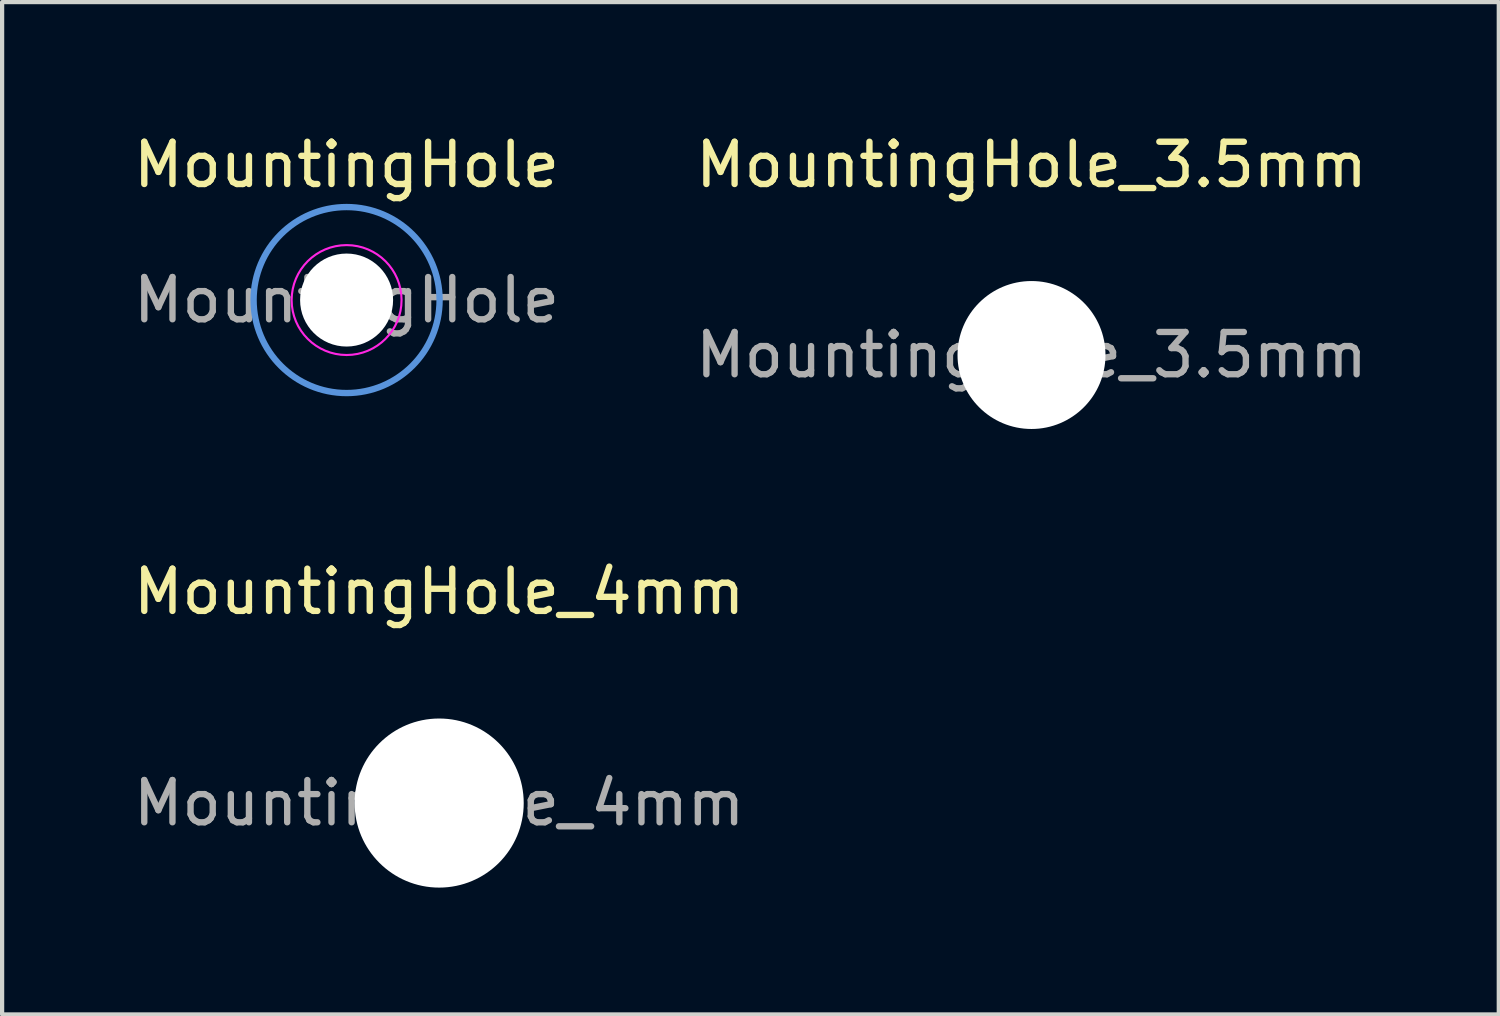
<source format=kicad_pcb>
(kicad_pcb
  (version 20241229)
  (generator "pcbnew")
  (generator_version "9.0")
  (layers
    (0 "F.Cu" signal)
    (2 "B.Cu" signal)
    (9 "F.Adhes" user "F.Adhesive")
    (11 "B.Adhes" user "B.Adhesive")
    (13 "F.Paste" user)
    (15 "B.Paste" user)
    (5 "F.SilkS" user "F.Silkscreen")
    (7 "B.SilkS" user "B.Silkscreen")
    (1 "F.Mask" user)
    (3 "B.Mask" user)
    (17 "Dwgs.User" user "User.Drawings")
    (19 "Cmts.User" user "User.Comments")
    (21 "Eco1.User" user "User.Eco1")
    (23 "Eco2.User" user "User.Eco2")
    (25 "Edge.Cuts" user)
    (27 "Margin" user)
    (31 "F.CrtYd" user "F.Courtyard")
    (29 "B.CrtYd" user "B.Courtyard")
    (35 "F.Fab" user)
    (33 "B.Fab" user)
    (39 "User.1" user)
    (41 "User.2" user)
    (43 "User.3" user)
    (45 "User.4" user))
  (footprint "MountingHole"
    (layer "F.Cu")
    (at 5.149 4.048)
    (property "Reference" "MountingHole" (at 0 -3.2 0) (layer "F.SilkS") (effects (font (size 1 1) (thickness 0.15))))
    (attr exclude_from_pos_files exclude_from_bom)
    (fp_circle (center 0 0) (end 2.2 0) (stroke (width 0.15) (type solid)) (fill no) (layer "Cmts.User"))
    (fp_circle (center 0 0) (end 2.2 0) (stroke (width 0.05) (type solid)) (fill no) (layer "B.CrtYd"))
    (fp_circle (center 0 0) (end 1.3 0) (stroke (width 0.05) (type solid)) (fill no) (layer "F.CrtYd"))
    (fp_text user "${REFERENCE}" (at 0 0 0) (layer "F.Fab") (effects (font (size 1 1) (thickness 0.15))))
    (pad "" np_thru_hole circle (at 0 0) (size 2.2 2.2) (drill 2.2) (layers "*.Cu" "*.Mask")))
  (footprint "MountingHole_4mm"
    (layer "F.Cu")
    (at 7.339 15.947)
    (property "Reference" "MountingHole_4mm" (at 0 -5 0) (layer "F.SilkS") (effects (font (size 1 1) (thickness 0.15))))
    (attr exclude_from_pos_files exclude_from_bom allow_missing_courtyard)
    (fp_text user "${REFERENCE}" (at 0 0 0) (layer "F.Fab") (effects (font (size 1 1) (thickness 0.15))))
    (pad "" np_thru_hole circle (at 0 0) (size 4 4) (drill 4) (layers "*.Cu" "*.Mask")))
  (footprint "MountingHole_3.5mm"
    (layer "F.Cu")
    (at 21.351 5.348)
    (property "Reference" "MountingHole_3.5mm" (at 0 -4.5 0) (layer "F.SilkS") (effects (font (size 1 1) (thickness 0.15))))
    (attr exclude_from_pos_files exclude_from_bom allow_missing_courtyard)
    (fp_text user "${REFERENCE}" (at 0 0 0) (layer "F.Fab") (effects (font (size 1 1) (thickness 0.15))))
    (pad "" np_thru_hole circle (at 0 0) (size 3.5 3.5) (drill 3.5) (layers "*.Cu" "*.Mask")))
  (gr_rect
    (start -3 -3)
    (end 32.405 20.947)
    (stroke (width 0.1) (type default))
    (fill no)
    (layer "Edge.Cuts")))
</source>
